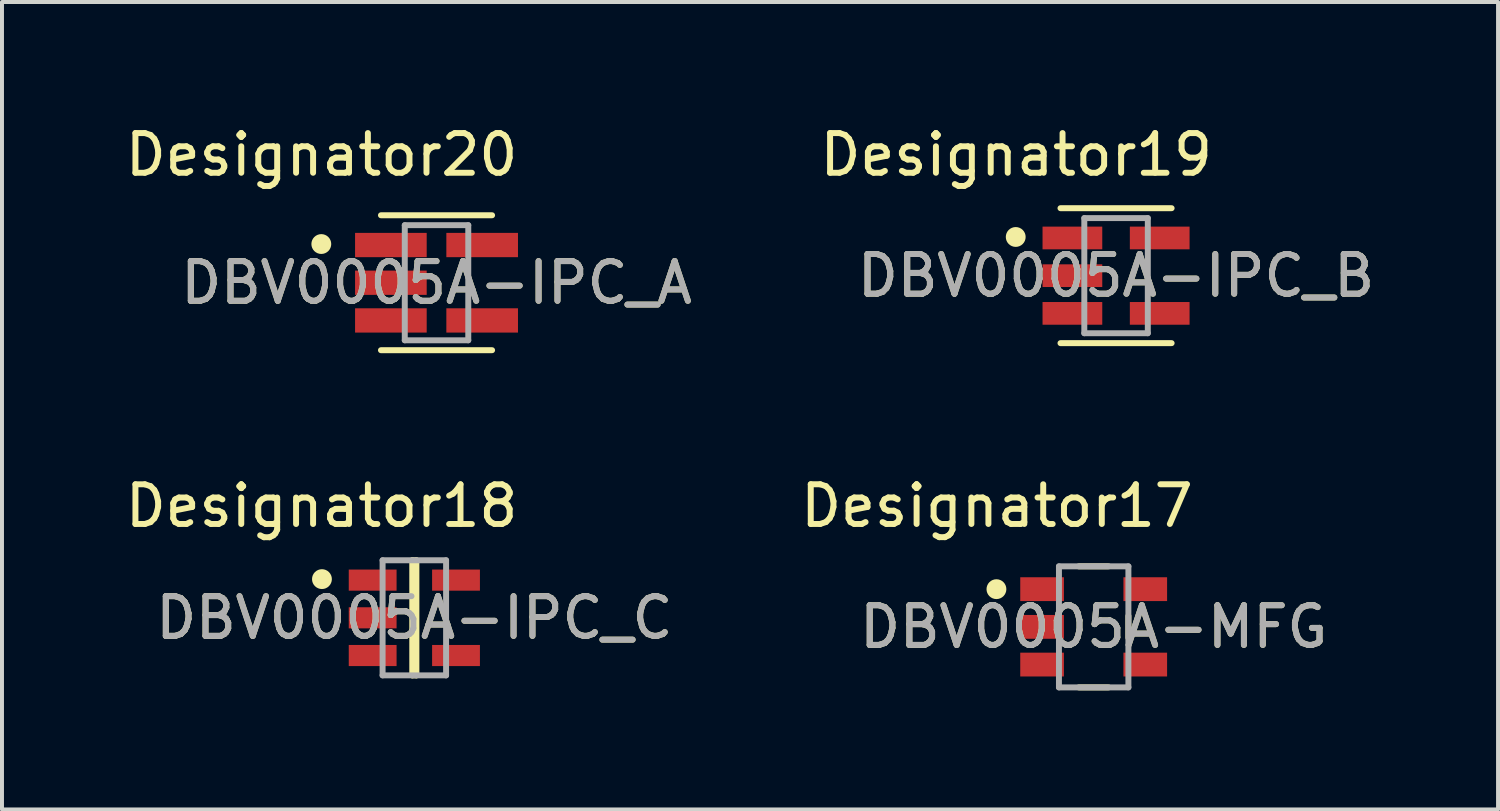
<source format=kicad_pcb>
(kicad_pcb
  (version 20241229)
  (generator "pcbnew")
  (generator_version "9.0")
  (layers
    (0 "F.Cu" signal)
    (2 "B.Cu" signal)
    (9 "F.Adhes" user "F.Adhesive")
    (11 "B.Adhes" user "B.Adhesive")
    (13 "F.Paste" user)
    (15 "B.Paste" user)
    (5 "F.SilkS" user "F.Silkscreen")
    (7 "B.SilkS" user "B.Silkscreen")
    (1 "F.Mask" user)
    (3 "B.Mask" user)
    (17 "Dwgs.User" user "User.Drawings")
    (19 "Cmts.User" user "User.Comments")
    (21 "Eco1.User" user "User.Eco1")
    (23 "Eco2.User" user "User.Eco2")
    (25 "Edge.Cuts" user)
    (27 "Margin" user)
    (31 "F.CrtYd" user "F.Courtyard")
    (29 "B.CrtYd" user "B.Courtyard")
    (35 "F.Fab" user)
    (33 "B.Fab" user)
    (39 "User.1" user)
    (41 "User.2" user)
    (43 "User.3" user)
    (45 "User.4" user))
  (footprint "DBV0005A-IPC_B"
    (layer "F.Cu")
    (at 25.071 3.896)
    (property "Reference" "DBV0005A-IPC_B" (at 0 0 0) (unlocked yes) (layer "F.SilkS") (effects (font (size 1 1) (thickness 0.15))))
    (attr smd)
    (fp_line (start -1.4 -1.7) (end 1.4 -1.7) (stroke (width 0.15) (type solid)) (layer "F.SilkS"))
    (fp_line (start -1.4 1.7) (end 1.4 1.7) (stroke (width 0.15) (type solid)) (layer "F.SilkS"))
    (fp_circle (center -2.528 -0.975) (end -2.403 -0.975) (stroke (width 0.25) (type solid)) (fill no) (layer "F.SilkS"))
    (fp_line (start -0.8 -1.45) (end 0.8 -1.45) (stroke (width 0.15) (type solid)) (layer "F.Fab"))
    (fp_line (start -0.8 1.45) (end -0.8 -1.45) (stroke (width 0.15) (type solid)) (layer "F.Fab"))
    (fp_line (start -0.8 1.45) (end 0.8 1.45) (stroke (width 0.15) (type solid)) (layer "F.Fab"))
    (fp_line (start 0.8 1.45) (end 0.8 -1.45) (stroke (width 0.15) (type solid)) (layer "F.Fab"))
    (fp_text user "Designator19" (at -2.515 -3.048 0) (unlocked yes) (layer "F.SilkS") (effects (font (size 1 1) (thickness 0.15))))
    (fp_text user "${REFERENCE}" (at 0 0 0) (unlocked yes) (layer "F.Fab") (effects (font (size 1 1) (thickness 0.15))))
    (pad "1" smd rect (at -1.1 -0.95) (size 1.505 0.572) (layers "F.Cu" "F.Mask" "F.Paste"))
    (pad "2" smd rect (at -1.1 0) (size 1.505 0.572) (layers "F.Cu" "F.Mask" "F.Paste"))
    (pad "3" smd rect (at -1.1 0.95) (size 1.505 0.572) (layers "F.Cu" "F.Mask" "F.Paste"))
    (pad "4" smd rect (at 1.1 0.95) (size 1.505 0.572) (layers "F.Cu" "F.Mask" "F.Paste"))
    (pad "5" smd rect (at 1.1 -0.95) (size 1.505 0.572) (layers "F.Cu" "F.Mask" "F.Paste")))
  (footprint "DBV0005A-MFG"
    (layer "F.Cu")
    (at 24.507 12.745)
    (property "Reference" "DBV0005A-MFG" (at 0 0 0) (unlocked yes) (layer "F.SilkS") (effects (font (size 1 1) (thickness 0.15))))
    (attr smd)
    (fp_line (start -0.375 -1.525) (end 0.375 -1.525) (stroke (width 0.15) (type solid)) (layer "F.SilkS"))
    (fp_line (start -0.375 1.525) (end 0.375 1.525) (stroke (width 0.15) (type solid)) (layer "F.SilkS"))
    (fp_line (start 0.875 0.275) (end 0.875 -0.275) (stroke (width 0.15) (type solid)) (layer "F.SilkS"))
    (fp_circle (center -2.45 -0.95) (end -2.325 -0.95) (stroke (width 0.25) (type solid)) (fill no) (layer "F.SilkS"))
    (fp_line (start -0.875 -1.525) (end 0.875 -1.525) (stroke (width 0.15) (type solid)) (layer "F.Fab"))
    (fp_line (start -0.875 1.525) (end -0.875 -1.525) (stroke (width 0.15) (type solid)) (layer "F.Fab"))
    (fp_line (start -0.875 1.525) (end 0.875 1.525) (stroke (width 0.15) (type solid)) (layer "F.Fab"))
    (fp_line (start 0.875 1.525) (end 0.875 -1.525) (stroke (width 0.15) (type solid)) (layer "F.Fab"))
    (fp_text user "Designator17" (at -2.438 -3.048 0) (unlocked yes) (layer "F.SilkS") (effects (font (size 1 1) (thickness 0.15))))
    (fp_text user "${REFERENCE}" (at 0 0 0) (unlocked yes) (layer "F.Fab") (effects (font (size 1 1) (thickness 0.15))))
    (pad "1" smd rect (at -1.3 -0.95) (size 1.1 0.6) (layers "F.Cu" "F.Mask" "F.Paste"))
    (pad "2" smd rect (at -1.3 0) (size 1.1 0.6) (layers "F.Cu" "F.Mask" "F.Paste"))
    (pad "3" smd rect (at -1.3 0.95) (size 1.1 0.6) (layers "F.Cu" "F.Mask" "F.Paste"))
    (pad "4" smd rect (at 1.3 0.95) (size 1.1 0.6) (layers "F.Cu" "F.Mask" "F.Paste"))
    (pad "5" smd rect (at 1.3 -0.95) (size 1.1 0.6) (layers "F.Cu" "F.Mask" "F.Paste")))
  (footprint "DBV0005A-IPC_C"
    (layer "F.Cu")
    (at 7.39 12.517)
    (property "Reference" "DBV0005A-IPC_C" (at 0 0 0) (unlocked yes) (layer "F.SilkS") (effects (font (size 1 1) (thickness 0.15))))
    (attr smd)
    (fp_line (start -0.052 -1.45) (end 0.052 -1.45) (stroke (width 0.15) (type solid)) (layer "F.SilkS"))
    (fp_line (start -0.052 1.45) (end -0.052 -1.45) (stroke (width 0.15) (type solid)) (layer "F.SilkS"))
    (fp_line (start -0.052 1.45) (end 0.052 1.45) (stroke (width 0.15) (type solid)) (layer "F.SilkS"))
    (fp_line (start 0.052 1.45) (end 0.052 -1.45) (stroke (width 0.15) (type solid)) (layer "F.SilkS"))
    (fp_circle (center -2.328 -0.975) (end -2.203 -0.975) (stroke (width 0.25) (type solid)) (fill no) (layer "F.SilkS"))
    (fp_line (start -0.8 -1.45) (end 0.8 -1.45) (stroke (width 0.15) (type solid)) (layer "F.Fab"))
    (fp_line (start -0.8 1.45) (end -0.8 -1.45) (stroke (width 0.15) (type solid)) (layer "F.Fab"))
    (fp_line (start -0.8 1.45) (end 0.8 1.45) (stroke (width 0.15) (type solid)) (layer "F.Fab"))
    (fp_line (start 0.8 1.45) (end 0.8 -1.45) (stroke (width 0.15) (type solid)) (layer "F.Fab"))
    (fp_text user "Designator18" (at -2.337 -2.819 0) (unlocked yes) (layer "F.SilkS") (effects (font (size 1 1) (thickness 0.15))))
    (fp_text user "${REFERENCE}" (at 0 0 0) (unlocked yes) (layer "F.Fab") (effects (font (size 1 1) (thickness 0.15))))
    (pad "1" smd rect (at -1.05 -0.95) (size 1.205 0.532) (layers "F.Cu" "F.Mask" "F.Paste"))
    (pad "2" smd rect (at -1.05 0) (size 1.205 0.532) (layers "F.Cu" "F.Mask" "F.Paste"))
    (pad "3" smd rect (at -1.05 0.95) (size 1.205 0.532) (layers "F.Cu" "F.Mask" "F.Paste"))
    (pad "4" smd rect (at 1.05 0.95) (size 1.205 0.532) (layers "F.Cu" "F.Mask" "F.Paste"))
    (pad "5" smd rect (at 1.05 -0.95) (size 1.205 0.532) (layers "F.Cu" "F.Mask" "F.Paste")))
  (footprint "DBV0005A-IPC_A"
    (layer "F.Cu")
    (at 7.949 4.074)
    (property "Reference" "DBV0005A-IPC_A" (at 0 0 0) (unlocked yes) (layer "F.SilkS") (effects (font (size 1 1) (thickness 0.15))))
    (attr smd)
    (fp_line (start -1.4 -1.7) (end 1.4 -1.7) (stroke (width 0.15) (type solid)) (layer "F.SilkS"))
    (fp_line (start -1.4 1.7) (end 1.4 1.7) (stroke (width 0.15) (type solid)) (layer "F.SilkS"))
    (fp_circle (center -2.903 -0.975) (end -2.778 -0.975) (stroke (width 0.25) (type solid)) (fill no) (layer "F.SilkS"))
    (fp_line (start -0.8 -1.45) (end 0.8 -1.45) (stroke (width 0.15) (type solid)) (layer "F.Fab"))
    (fp_line (start -0.8 1.45) (end -0.8 -1.45) (stroke (width 0.15) (type solid)) (layer "F.Fab"))
    (fp_line (start -0.8 1.45) (end 0.8 1.45) (stroke (width 0.15) (type solid)) (layer "F.Fab"))
    (fp_line (start 0.8 1.45) (end 0.8 -1.45) (stroke (width 0.15) (type solid)) (layer "F.Fab"))
    (fp_text user "Designator20" (at -2.896 -3.226 0) (unlocked yes) (layer "F.SilkS") (effects (font (size 1 1) (thickness 0.15))))
    (fp_text user "${REFERENCE}" (at 0 0 0) (unlocked yes) (layer "F.Fab") (effects (font (size 1 1) (thickness 0.15))))
    (pad "1" smd rect (at -1.15 -0.95) (size 1.805 0.612) (layers "F.Cu" "F.Mask" "F.Paste"))
    (pad "2" smd rect (at -1.15 0) (size 1.805 0.612) (layers "F.Cu" "F.Mask" "F.Paste"))
    (pad "3" smd rect (at -1.15 0.95) (size 1.805 0.612) (layers "F.Cu" "F.Mask" "F.Paste"))
    (pad "4" smd rect (at 1.15 0.95) (size 1.805 0.612) (layers "F.Cu" "F.Mask" "F.Paste"))
    (pad "5" smd rect (at 1.15 -0.95) (size 1.805 0.612) (layers "F.Cu" "F.Mask" "F.Paste")))
  (gr_rect
    (start -3 -3)
    (end 34.696 17.345)
    (stroke (width 0.1) (type default))
    (fill no)
    (layer "Edge.Cuts")))
</source>
